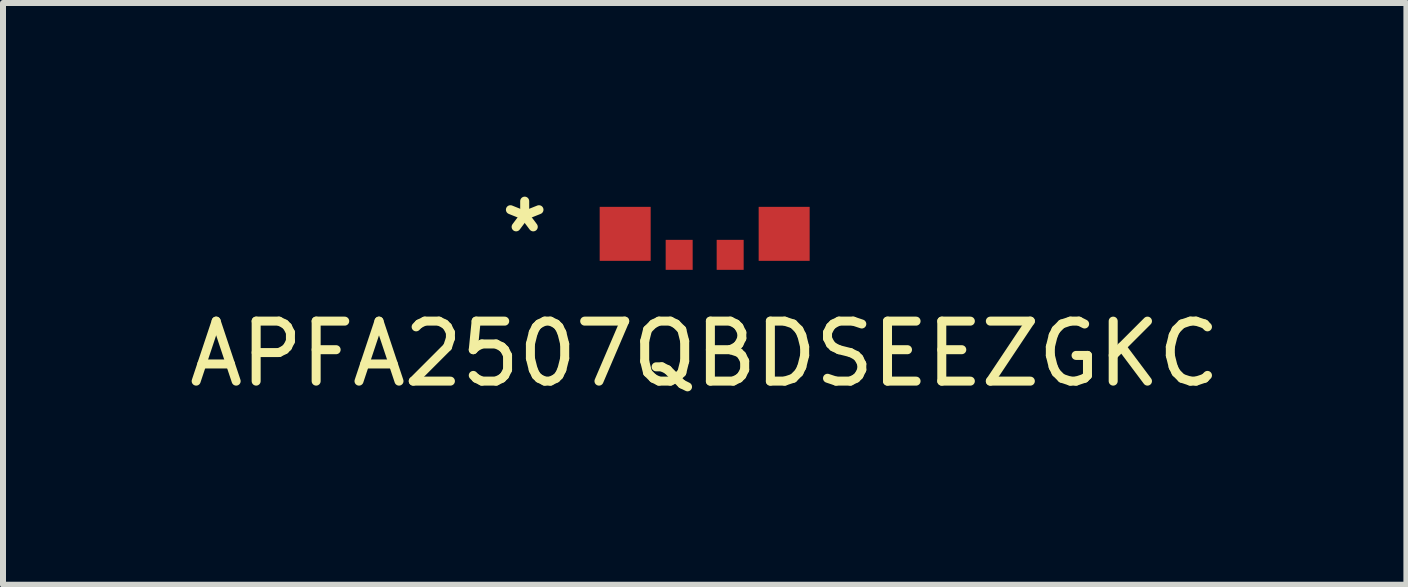
<source format=kicad_pcb>
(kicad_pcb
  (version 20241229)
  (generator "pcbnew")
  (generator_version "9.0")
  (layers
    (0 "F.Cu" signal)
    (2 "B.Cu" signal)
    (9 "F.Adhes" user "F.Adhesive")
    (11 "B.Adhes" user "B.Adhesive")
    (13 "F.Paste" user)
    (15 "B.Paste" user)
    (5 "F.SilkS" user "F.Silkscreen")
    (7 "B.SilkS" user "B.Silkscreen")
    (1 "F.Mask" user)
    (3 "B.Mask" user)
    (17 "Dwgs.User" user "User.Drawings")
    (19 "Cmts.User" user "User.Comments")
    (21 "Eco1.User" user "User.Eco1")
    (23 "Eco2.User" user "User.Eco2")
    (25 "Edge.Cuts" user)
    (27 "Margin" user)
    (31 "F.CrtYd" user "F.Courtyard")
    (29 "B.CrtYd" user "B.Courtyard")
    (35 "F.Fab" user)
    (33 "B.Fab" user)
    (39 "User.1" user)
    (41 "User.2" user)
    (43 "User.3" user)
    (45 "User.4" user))
  (footprint "APFA2507QBDSEEZGKC"
    (layer "F.Cu")
    (at 8.696 0.848)
    (property "Reference" "APFA2507QBDSEEZGKC" (at 0 2 0) (layer "F.SilkS") (effects (font (size 1 1) (thickness 0.15))))
    (attr through_hole)
    (fp_text user "*" (at -3 0 0) (layer "F.SilkS") (effects (font (size 1 1) (thickness 0.15))))
    (pad "1" smd rect (at -1.325 0) (size 0.85 0.9) (layers "F.Cu" "F.Mask" "F.Paste"))
    (pad "2" smd rect (at -0.425 0.35) (size 0.45 0.5) (layers "F.Cu" "F.Mask" "F.Paste"))
    (pad "3" smd rect (at 0.425 0.35) (size 0.45 0.5) (layers "F.Cu" "F.Mask" "F.Paste"))
    (pad "4" smd rect (at 1.325 0) (size 0.85 0.9) (layers "F.Cu" "F.Mask" "F.Paste")))
  (gr_rect
    (start -3 -3)
    (end 20.393 6.697)
    (stroke (width 0.1) (type default))
    (fill no)
    (layer "Edge.Cuts")))
</source>
